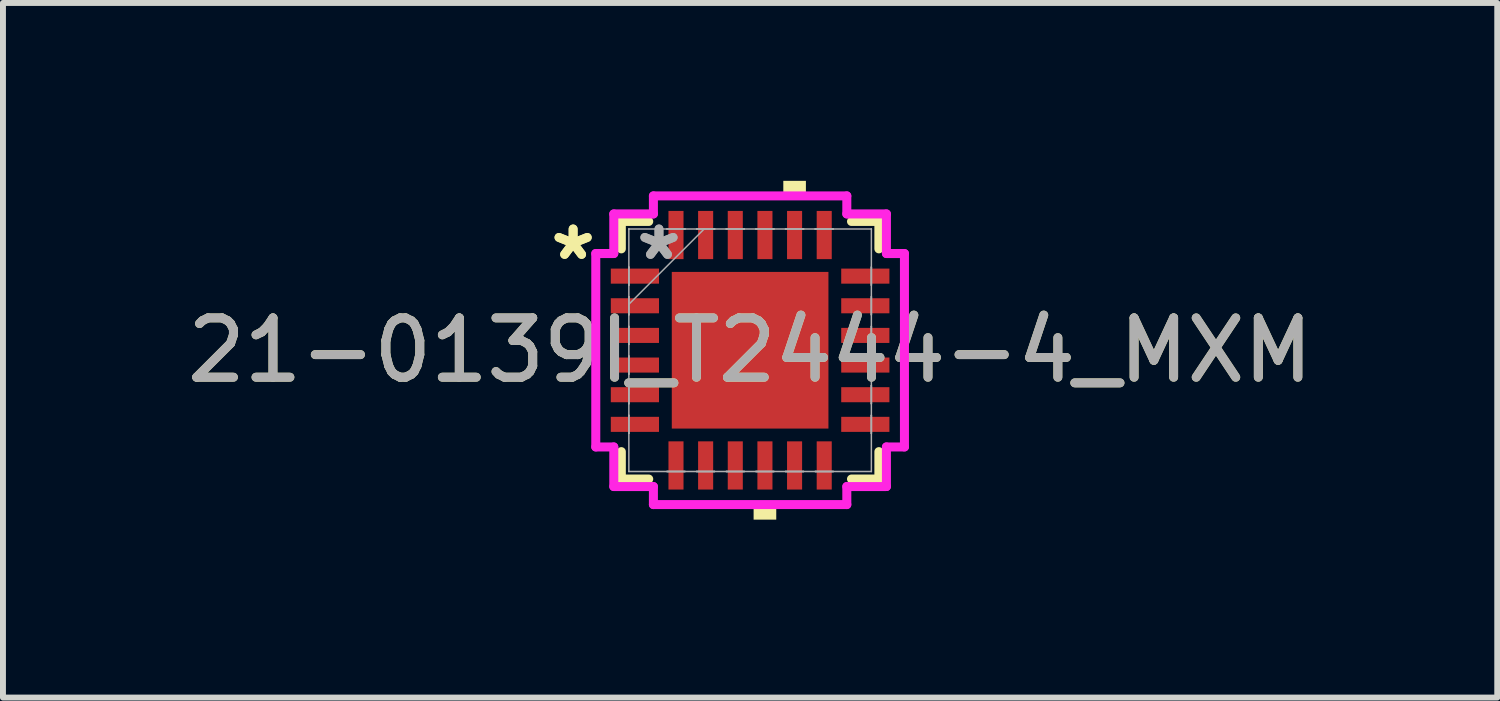
<source format=kicad_pcb>
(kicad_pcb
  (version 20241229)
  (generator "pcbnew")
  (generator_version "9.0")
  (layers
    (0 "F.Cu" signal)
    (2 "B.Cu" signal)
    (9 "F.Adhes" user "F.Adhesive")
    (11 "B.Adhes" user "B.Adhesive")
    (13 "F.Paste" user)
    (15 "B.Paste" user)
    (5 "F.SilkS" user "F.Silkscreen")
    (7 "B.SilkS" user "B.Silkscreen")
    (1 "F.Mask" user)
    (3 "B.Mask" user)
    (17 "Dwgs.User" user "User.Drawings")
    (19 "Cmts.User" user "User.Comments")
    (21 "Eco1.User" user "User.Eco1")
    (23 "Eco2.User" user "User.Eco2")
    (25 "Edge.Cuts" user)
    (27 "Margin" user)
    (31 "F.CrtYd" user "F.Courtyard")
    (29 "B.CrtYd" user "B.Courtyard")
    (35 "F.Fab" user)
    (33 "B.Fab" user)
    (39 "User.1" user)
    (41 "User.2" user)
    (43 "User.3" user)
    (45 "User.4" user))
  (footprint "21-0139I_T2444-4_MXM"
    (layer "F.Cu")
    (at 9.601 2.857)
    (property "Reference" "21-0139I_T2444-4_MXM" (at 0 0 0) (unlocked yes) (layer "F.SilkS") (effects (font (size 1 1) (thickness 0.15))))
    (attr smd)
    (fp_line (start -2.172 -2.172) (end -2.172 -1.71) (stroke (width 0.152) (type solid)) (layer "F.SilkS"))
    (fp_line (start -2.172 1.71) (end -2.172 2.172) (stroke (width 0.152) (type solid)) (layer "F.SilkS"))
    (fp_line (start -2.172 2.172) (end -1.71 2.172) (stroke (width 0.152) (type solid)) (layer "F.SilkS"))
    (fp_line (start -1.71 -2.172) (end -2.172 -2.172) (stroke (width 0.152) (type solid)) (layer "F.SilkS"))
    (fp_line (start 1.71 2.172) (end 2.172 2.172) (stroke (width 0.152) (type solid)) (layer "F.SilkS"))
    (fp_line (start 2.172 -2.172) (end 1.71 -2.172) (stroke (width 0.152) (type solid)) (layer "F.SilkS"))
    (fp_line (start 2.172 -1.71) (end 2.172 -2.172) (stroke (width 0.152) (type solid)) (layer "F.SilkS"))
    (fp_line (start 2.172 2.172) (end 2.172 1.71) (stroke (width 0.152) (type solid)) (layer "F.SilkS"))
    (fp_poly (pts (xy 0.059 2.603) (xy 0.059 2.857) (xy 0.441 2.857) (xy 0.441 2.603)) (stroke (width 0) (type solid)) (fill yes) (layer "F.SilkS"))
    (fp_poly (pts (xy 0.56 -2.603) (xy 0.56 -2.857) (xy 0.941 -2.857) (xy 0.941 -2.603)) (stroke (width 0) (type solid)) (fill yes) (layer "F.SilkS"))
    (fp_poly (pts (xy -1.221 -1.221) (xy -1.221 -0.1) (xy -0.1 -0.1) (xy -0.1 -1.221)) (stroke (width 0) (type solid)) (fill yes) (layer "F.Paste"))
    (fp_poly (pts (xy -1.221 0.1) (xy -1.221 1.221) (xy -0.1 1.221) (xy -0.1 0.1)) (stroke (width 0) (type solid)) (fill yes) (layer "F.Paste"))
    (fp_poly (pts (xy 0.1 -1.221) (xy 0.1 -0.1) (xy 1.221 -0.1) (xy 1.221 -1.221)) (stroke (width 0) (type solid)) (fill yes) (layer "F.Paste"))
    (fp_poly (pts (xy 0.1 0.1) (xy 0.1 1.221) (xy 1.221 1.221) (xy 1.221 0.1)) (stroke (width 0) (type solid)) (fill yes) (layer "F.Paste"))
    (fp_line (start -2.603 -1.631) (end -2.299 -1.631) (stroke (width 0.152) (type solid)) (layer "F.CrtYd"))
    (fp_line (start -2.603 1.631) (end -2.603 -1.631) (stroke (width 0.152) (type solid)) (layer "F.CrtYd"))
    (fp_line (start -2.299 -2.299) (end -1.631 -2.299) (stroke (width 0.152) (type solid)) (layer "F.CrtYd"))
    (fp_line (start -2.299 -1.631) (end -2.299 -2.299) (stroke (width 0.152) (type solid)) (layer "F.CrtYd"))
    (fp_line (start -2.299 1.631) (end -2.603 1.631) (stroke (width 0.152) (type solid)) (layer "F.CrtYd"))
    (fp_line (start -2.299 2.299) (end -2.299 1.631) (stroke (width 0.152) (type solid)) (layer "F.CrtYd"))
    (fp_line (start -1.631 -2.603) (end 1.631 -2.603) (stroke (width 0.152) (type solid)) (layer "F.CrtYd"))
    (fp_line (start -1.631 -2.299) (end -1.631 -2.603) (stroke (width 0.152) (type solid)) (layer "F.CrtYd"))
    (fp_line (start -1.631 2.299) (end -2.299 2.299) (stroke (width 0.152) (type solid)) (layer "F.CrtYd"))
    (fp_line (start -1.631 2.603) (end -1.631 2.299) (stroke (width 0.152) (type solid)) (layer "F.CrtYd"))
    (fp_line (start 1.631 -2.603) (end 1.631 -2.299) (stroke (width 0.152) (type solid)) (layer "F.CrtYd"))
    (fp_line (start 1.631 -2.299) (end 2.299 -2.299) (stroke (width 0.152) (type solid)) (layer "F.CrtYd"))
    (fp_line (start 1.631 2.299) (end 1.631 2.603) (stroke (width 0.152) (type solid)) (layer "F.CrtYd"))
    (fp_line (start 1.631 2.603) (end -1.631 2.603) (stroke (width 0.152) (type solid)) (layer "F.CrtYd"))
    (fp_line (start 2.299 -2.299) (end 2.299 -1.631) (stroke (width 0.152) (type solid)) (layer "F.CrtYd"))
    (fp_line (start 2.299 -1.631) (end 2.603 -1.631) (stroke (width 0.152) (type solid)) (layer "F.CrtYd"))
    (fp_line (start 2.299 1.631) (end 2.299 2.299) (stroke (width 0.152) (type solid)) (layer "F.CrtYd"))
    (fp_line (start 2.299 2.299) (end 1.631 2.299) (stroke (width 0.152) (type solid)) (layer "F.CrtYd"))
    (fp_line (start 2.603 -1.631) (end 2.603 1.631) (stroke (width 0.152) (type solid)) (layer "F.CrtYd"))
    (fp_line (start 2.603 1.631) (end 2.299 1.631) (stroke (width 0.152) (type solid)) (layer "F.CrtYd"))
    (fp_line (start -2.045 -2.045) (end -2.045 -2.045) (stroke (width 0.025) (type solid)) (layer "F.Fab"))
    (fp_line (start -2.045 -2.045) (end -2.045 2.045) (stroke (width 0.025) (type solid)) (layer "F.Fab"))
    (fp_line (start -2.045 -1.402) (end -2.045 -1.402) (stroke (width 0.025) (type solid)) (layer "F.Fab"))
    (fp_line (start -2.045 -1.402) (end -2.045 -1.098) (stroke (width 0.025) (type solid)) (layer "F.Fab"))
    (fp_line (start -2.045 -1.098) (end -2.045 -1.402) (stroke (width 0.025) (type solid)) (layer "F.Fab"))
    (fp_line (start -2.045 -1.098) (end -2.045 -1.098) (stroke (width 0.025) (type solid)) (layer "F.Fab"))
    (fp_line (start -2.045 -0.902) (end -2.045 -0.902) (stroke (width 0.025) (type solid)) (layer "F.Fab"))
    (fp_line (start -2.045 -0.902) (end -2.045 -0.598) (stroke (width 0.025) (type solid)) (layer "F.Fab"))
    (fp_line (start -2.045 -0.775) (end -0.775 -2.045) (stroke (width 0.025) (type solid)) (layer "F.Fab"))
    (fp_line (start -2.045 -0.598) (end -2.045 -0.902) (stroke (width 0.025) (type solid)) (layer "F.Fab"))
    (fp_line (start -2.045 -0.598) (end -2.045 -0.598) (stroke (width 0.025) (type solid)) (layer "F.Fab"))
    (fp_line (start -2.045 -0.402) (end -2.045 -0.402) (stroke (width 0.025) (type solid)) (layer "F.Fab"))
    (fp_line (start -2.045 -0.402) (end -2.045 -0.098) (stroke (width 0.025) (type solid)) (layer "F.Fab"))
    (fp_line (start -2.045 -0.098) (end -2.045 -0.402) (stroke (width 0.025) (type solid)) (layer "F.Fab"))
    (fp_line (start -2.045 -0.098) (end -2.045 -0.098) (stroke (width 0.025) (type solid)) (layer "F.Fab"))
    (fp_line (start -2.045 0.098) (end -2.045 0.098) (stroke (width 0.025) (type solid)) (layer "F.Fab"))
    (fp_line (start -2.045 0.098) (end -2.045 0.402) (stroke (width 0.025) (type solid)) (layer "F.Fab"))
    (fp_line (start -2.045 0.402) (end -2.045 0.098) (stroke (width 0.025) (type solid)) (layer "F.Fab"))
    (fp_line (start -2.045 0.402) (end -2.045 0.402) (stroke (width 0.025) (type solid)) (layer "F.Fab"))
    (fp_line (start -2.045 0.598) (end -2.045 0.598) (stroke (width 0.025) (type solid)) (layer "F.Fab"))
    (fp_line (start -2.045 0.598) (end -2.045 0.902) (stroke (width 0.025) (type solid)) (layer "F.Fab"))
    (fp_line (start -2.045 0.902) (end -2.045 0.598) (stroke (width 0.025) (type solid)) (layer "F.Fab"))
    (fp_line (start -2.045 0.902) (end -2.045 0.902) (stroke (width 0.025) (type solid)) (layer "F.Fab"))
    (fp_line (start -2.045 1.098) (end -2.045 1.098) (stroke (width 0.025) (type solid)) (layer "F.Fab"))
    (fp_line (start -2.045 1.098) (end -2.045 1.402) (stroke (width 0.025) (type solid)) (layer "F.Fab"))
    (fp_line (start -2.045 1.402) (end -2.045 1.098) (stroke (width 0.025) (type solid)) (layer "F.Fab"))
    (fp_line (start -2.045 1.402) (end -2.045 1.402) (stroke (width 0.025) (type solid)) (layer "F.Fab"))
    (fp_line (start -2.045 2.045) (end -2.045 2.045) (stroke (width 0.025) (type solid)) (layer "F.Fab"))
    (fp_line (start -2.045 2.045) (end 2.045 2.045) (stroke (width 0.025) (type solid)) (layer "F.Fab"))
    (fp_line (start -1.402 -2.045) (end -1.402 -2.045) (stroke (width 0.025) (type solid)) (layer "F.Fab"))
    (fp_line (start -1.402 -2.045) (end -1.098 -2.045) (stroke (width 0.025) (type solid)) (layer "F.Fab"))
    (fp_line (start -1.402 2.045) (end -1.402 2.045) (stroke (width 0.025) (type solid)) (layer "F.Fab"))
    (fp_line (start -1.402 2.045) (end -1.098 2.045) (stroke (width 0.025) (type solid)) (layer "F.Fab"))
    (fp_line (start -1.098 -2.045) (end -1.402 -2.045) (stroke (width 0.025) (type solid)) (layer "F.Fab"))
    (fp_line (start -1.098 -2.045) (end -1.098 -2.045) (stroke (width 0.025) (type solid)) (layer "F.Fab"))
    (fp_line (start -1.098 2.045) (end -1.402 2.045) (stroke (width 0.025) (type solid)) (layer "F.Fab"))
    (fp_line (start -1.098 2.045) (end -1.098 2.045) (stroke (width 0.025) (type solid)) (layer "F.Fab"))
    (fp_line (start -0.902 -2.045) (end -0.902 -2.045) (stroke (width 0.025) (type solid)) (layer "F.Fab"))
    (fp_line (start -0.902 -2.045) (end -0.598 -2.045) (stroke (width 0.025) (type solid)) (layer "F.Fab"))
    (fp_line (start -0.902 2.045) (end -0.902 2.045) (stroke (width 0.025) (type solid)) (layer "F.Fab"))
    (fp_line (start -0.902 2.045) (end -0.598 2.045) (stroke (width 0.025) (type solid)) (layer "F.Fab"))
    (fp_line (start -0.598 -2.045) (end -0.902 -2.045) (stroke (width 0.025) (type solid)) (layer "F.Fab"))
    (fp_line (start -0.598 -2.045) (end -0.598 -2.045) (stroke (width 0.025) (type solid)) (layer "F.Fab"))
    (fp_line (start -0.598 2.045) (end -0.902 2.045) (stroke (width 0.025) (type solid)) (layer "F.Fab"))
    (fp_line (start -0.598 2.045) (end -0.598 2.045) (stroke (width 0.025) (type solid)) (layer "F.Fab"))
    (fp_line (start -0.402 -2.045) (end -0.402 -2.045) (stroke (width 0.025) (type solid)) (layer "F.Fab"))
    (fp_line (start -0.402 -2.045) (end -0.098 -2.045) (stroke (width 0.025) (type solid)) (layer "F.Fab"))
    (fp_line (start -0.402 2.045) (end -0.402 2.045) (stroke (width 0.025) (type solid)) (layer "F.Fab"))
    (fp_line (start -0.402 2.045) (end -0.098 2.045) (stroke (width 0.025) (type solid)) (layer "F.Fab"))
    (fp_line (start -0.098 -2.045) (end -0.402 -2.045) (stroke (width 0.025) (type solid)) (layer "F.Fab"))
    (fp_line (start -0.098 -2.045) (end -0.098 -2.045) (stroke (width 0.025) (type solid)) (layer "F.Fab"))
    (fp_line (start -0.098 2.045) (end -0.402 2.045) (stroke (width 0.025) (type solid)) (layer "F.Fab"))
    (fp_line (start -0.098 2.045) (end -0.098 2.045) (stroke (width 0.025) (type solid)) (layer "F.Fab"))
    (fp_line (start 0.098 -2.045) (end 0.098 -2.045) (stroke (width 0.025) (type solid)) (layer "F.Fab"))
    (fp_line (start 0.098 -2.045) (end 0.402 -2.045) (stroke (width 0.025) (type solid)) (layer "F.Fab"))
    (fp_line (start 0.098 2.045) (end 0.098 2.045) (stroke (width 0.025) (type solid)) (layer "F.Fab"))
    (fp_line (start 0.098 2.045) (end 0.402 2.045) (stroke (width 0.025) (type solid)) (layer "F.Fab"))
    (fp_line (start 0.402 -2.045) (end 0.098 -2.045) (stroke (width 0.025) (type solid)) (layer "F.Fab"))
    (fp_line (start 0.402 -2.045) (end 0.402 -2.045) (stroke (width 0.025) (type solid)) (layer "F.Fab"))
    (fp_line (start 0.402 2.045) (end 0.098 2.045) (stroke (width 0.025) (type solid)) (layer "F.Fab"))
    (fp_line (start 0.402 2.045) (end 0.402 2.045) (stroke (width 0.025) (type solid)) (layer "F.Fab"))
    (fp_line (start 0.598 -2.045) (end 0.598 -2.045) (stroke (width 0.025) (type solid)) (layer "F.Fab"))
    (fp_line (start 0.598 -2.045) (end 0.902 -2.045) (stroke (width 0.025) (type solid)) (layer "F.Fab"))
    (fp_line (start 0.598 2.045) (end 0.598 2.045) (stroke (width 0.025) (type solid)) (layer "F.Fab"))
    (fp_line (start 0.598 2.045) (end 0.902 2.045) (stroke (width 0.025) (type solid)) (layer "F.Fab"))
    (fp_line (start 0.902 -2.045) (end 0.598 -2.045) (stroke (width 0.025) (type solid)) (layer "F.Fab"))
    (fp_line (start 0.902 -2.045) (end 0.902 -2.045) (stroke (width 0.025) (type solid)) (layer "F.Fab"))
    (fp_line (start 0.902 2.045) (end 0.598 2.045) (stroke (width 0.025) (type solid)) (layer "F.Fab"))
    (fp_line (start 0.902 2.045) (end 0.902 2.045) (stroke (width 0.025) (type solid)) (layer "F.Fab"))
    (fp_line (start 1.098 -2.045) (end 1.098 -2.045) (stroke (width 0.025) (type solid)) (layer "F.Fab"))
    (fp_line (start 1.098 -2.045) (end 1.402 -2.045) (stroke (width 0.025) (type solid)) (layer "F.Fab"))
    (fp_line (start 1.098 2.045) (end 1.098 2.045) (stroke (width 0.025) (type solid)) (layer "F.Fab"))
    (fp_line (start 1.098 2.045) (end 1.402 2.045) (stroke (width 0.025) (type solid)) (layer "F.Fab"))
    (fp_line (start 1.402 -2.045) (end 1.098 -2.045) (stroke (width 0.025) (type solid)) (layer "F.Fab"))
    (fp_line (start 1.402 -2.045) (end 1.402 -2.045) (stroke (width 0.025) (type solid)) (layer "F.Fab"))
    (fp_line (start 1.402 2.045) (end 1.098 2.045) (stroke (width 0.025) (type solid)) (layer "F.Fab"))
    (fp_line (start 1.402 2.045) (end 1.402 2.045) (stroke (width 0.025) (type solid)) (layer "F.Fab"))
    (fp_line (start 2.045 -2.045) (end -2.045 -2.045) (stroke (width 0.025) (type solid)) (layer "F.Fab"))
    (fp_line (start 2.045 -2.045) (end 2.045 -2.045) (stroke (width 0.025) (type solid)) (layer "F.Fab"))
    (fp_line (start 2.045 -1.402) (end 2.045 -1.402) (stroke (width 0.025) (type solid)) (layer "F.Fab"))
    (fp_line (start 2.045 -1.402) (end 2.045 -1.098) (stroke (width 0.025) (type solid)) (layer "F.Fab"))
    (fp_line (start 2.045 -1.098) (end 2.045 -1.402) (stroke (width 0.025) (type solid)) (layer "F.Fab"))
    (fp_line (start 2.045 -1.098) (end 2.045 -1.098) (stroke (width 0.025) (type solid)) (layer "F.Fab"))
    (fp_line (start 2.045 -0.902) (end 2.045 -0.902) (stroke (width 0.025) (type solid)) (layer "F.Fab"))
    (fp_line (start 2.045 -0.902) (end 2.045 -0.598) (stroke (width 0.025) (type solid)) (layer "F.Fab"))
    (fp_line (start 2.045 -0.598) (end 2.045 -0.902) (stroke (width 0.025) (type solid)) (layer "F.Fab"))
    (fp_line (start 2.045 -0.598) (end 2.045 -0.598) (stroke (width 0.025) (type solid)) (layer "F.Fab"))
    (fp_line (start 2.045 -0.402) (end 2.045 -0.402) (stroke (width 0.025) (type solid)) (layer "F.Fab"))
    (fp_line (start 2.045 -0.402) (end 2.045 -0.098) (stroke (width 0.025) (type solid)) (layer "F.Fab"))
    (fp_line (start 2.045 -0.098) (end 2.045 -0.402) (stroke (width 0.025) (type solid)) (layer "F.Fab"))
    (fp_line (start 2.045 -0.098) (end 2.045 -0.098) (stroke (width 0.025) (type solid)) (layer "F.Fab"))
    (fp_line (start 2.045 0.098) (end 2.045 0.098) (stroke (width 0.025) (type solid)) (layer "F.Fab"))
    (fp_line (start 2.045 0.098) (end 2.045 0.402) (stroke (width 0.025) (type solid)) (layer "F.Fab"))
    (fp_line (start 2.045 0.402) (end 2.045 0.098) (stroke (width 0.025) (type solid)) (layer "F.Fab"))
    (fp_line (start 2.045 0.402) (end 2.045 0.402) (stroke (width 0.025) (type solid)) (layer "F.Fab"))
    (fp_line (start 2.045 0.598) (end 2.045 0.598) (stroke (width 0.025) (type solid)) (layer "F.Fab"))
    (fp_line (start 2.045 0.598) (end 2.045 0.902) (stroke (width 0.025) (type solid)) (layer "F.Fab"))
    (fp_line (start 2.045 0.902) (end 2.045 0.598) (stroke (width 0.025) (type solid)) (layer "F.Fab"))
    (fp_line (start 2.045 0.902) (end 2.045 0.902) (stroke (width 0.025) (type solid)) (layer "F.Fab"))
    (fp_line (start 2.045 1.098) (end 2.045 1.098) (stroke (width 0.025) (type solid)) (layer "F.Fab"))
    (fp_line (start 2.045 1.098) (end 2.045 1.402) (stroke (width 0.025) (type solid)) (layer "F.Fab"))
    (fp_line (start 2.045 1.402) (end 2.045 1.098) (stroke (width 0.025) (type solid)) (layer "F.Fab"))
    (fp_line (start 2.045 1.402) (end 2.045 1.402) (stroke (width 0.025) (type solid)) (layer "F.Fab"))
    (fp_line (start 2.045 2.045) (end 2.045 -2.045) (stroke (width 0.025) (type solid)) (layer "F.Fab"))
    (fp_line (start 2.045 2.045) (end 2.045 2.045) (stroke (width 0.025) (type solid)) (layer "F.Fab"))
    (fp_text user "*" (at -2.985 -1.5 0) (layer "F.SilkS") (effects (font (size 1 1) (thickness 0.15))))
    (fp_text user "*" (at -2.985 -1.5 0) (unlocked yes) (layer "F.SilkS") (effects (font (size 1 1) (thickness 0.15))))
    (fp_text user "*" (at -1.537 -1.5 0) (layer "F.Fab") (effects (font (size 1 1) (thickness 0.15))))
    (fp_text user "${REFERENCE}" (at 0 0 0) (unlocked yes) (layer "F.Fab") (effects (font (size 1 1) (thickness 0.15))))
    (fp_text user "*" (at -1.537 -1.5 0) (unlocked yes) (layer "F.Fab") (effects (font (size 1 1) (thickness 0.15))))
    (pad "1" smd rect (at -1.943 -1.25 90) (size 0.254 0.813) (layers "F.Cu" "F.Mask" "F.Paste"))
    (pad "2" smd rect (at -1.943 -0.75 90) (size 0.254 0.813) (layers "F.Cu" "F.Mask" "F.Paste"))
    (pad "3" smd rect (at -1.943 -0.25 90) (size 0.254 0.813) (layers "F.Cu" "F.Mask" "F.Paste"))
    (pad "4" smd rect (at -1.943 0.25 90) (size 0.254 0.813) (layers "F.Cu" "F.Mask" "F.Paste"))
    (pad "5" smd rect (at -1.943 0.75 90) (size 0.254 0.813) (layers "F.Cu" "F.Mask" "F.Paste"))
    (pad "6" smd rect (at -1.943 1.25 90) (size 0.254 0.813) (layers "F.Cu" "F.Mask" "F.Paste"))
    (pad "7" smd rect (at -1.25 1.943) (size 0.254 0.813) (layers "F.Cu" "F.Mask" "F.Paste"))
    (pad "8" smd rect (at -0.75 1.943) (size 0.254 0.813) (layers "F.Cu" "F.Mask" "F.Paste"))
    (pad "9" smd rect (at -0.25 1.943) (size 0.254 0.813) (layers "F.Cu" "F.Mask" "F.Paste"))
    (pad "10" smd rect (at 0.25 1.943) (size 0.254 0.813) (layers "F.Cu" "F.Mask" "F.Paste"))
    (pad "11" smd rect (at 0.75 1.943) (size 0.254 0.813) (layers "F.Cu" "F.Mask" "F.Paste"))
    (pad "12" smd rect (at 1.25 1.943) (size 0.254 0.813) (layers "F.Cu" "F.Mask" "F.Paste"))
    (pad "13" smd rect (at 1.943 1.25 90) (size 0.254 0.813) (layers "F.Cu" "F.Mask" "F.Paste"))
    (pad "14" smd rect (at 1.943 0.75 90) (size 0.254 0.813) (layers "F.Cu" "F.Mask" "F.Paste"))
    (pad "15" smd rect (at 1.943 0.25 90) (size 0.254 0.813) (layers "F.Cu" "F.Mask" "F.Paste"))
    (pad "16" smd rect (at 1.943 -0.25 90) (size 0.254 0.813) (layers "F.Cu" "F.Mask" "F.Paste"))
    (pad "17" smd rect (at 1.943 -0.75 90) (size 0.254 0.813) (layers "F.Cu" "F.Mask" "F.Paste"))
    (pad "18" smd rect (at 1.943 -1.25 90) (size 0.254 0.813) (layers "F.Cu" "F.Mask" "F.Paste"))
    (pad "19" smd rect (at 1.25 -1.943) (size 0.254 0.813) (layers "F.Cu" "F.Mask" "F.Paste"))
    (pad "20" smd rect (at 0.75 -1.943) (size 0.254 0.813) (layers "F.Cu" "F.Mask" "F.Paste"))
    (pad "21" smd rect (at 0.25 -1.943) (size 0.254 0.813) (layers "F.Cu" "F.Mask" "F.Paste"))
    (pad "22" smd rect (at -0.25 -1.943) (size 0.254 0.813) (layers "F.Cu" "F.Mask" "F.Paste"))
    (pad "23" smd rect (at -0.75 -1.943) (size 0.254 0.813) (layers "F.Cu" "F.Mask" "F.Paste"))
    (pad "24" smd rect (at -1.25 -1.943) (size 0.254 0.813) (layers "F.Cu" "F.Mask" "F.Paste"))
    (pad "25" smd rect (at 0 0) (size 2.642 2.642) (layers "F.Cu" "F.Mask" "F.Paste")))
  (gr_rect
    (start -3 -3)
    (end 22.202 8.715)
    (stroke (width 0.1) (type default))
    (fill no)
    (layer "Edge.Cuts")))
</source>
